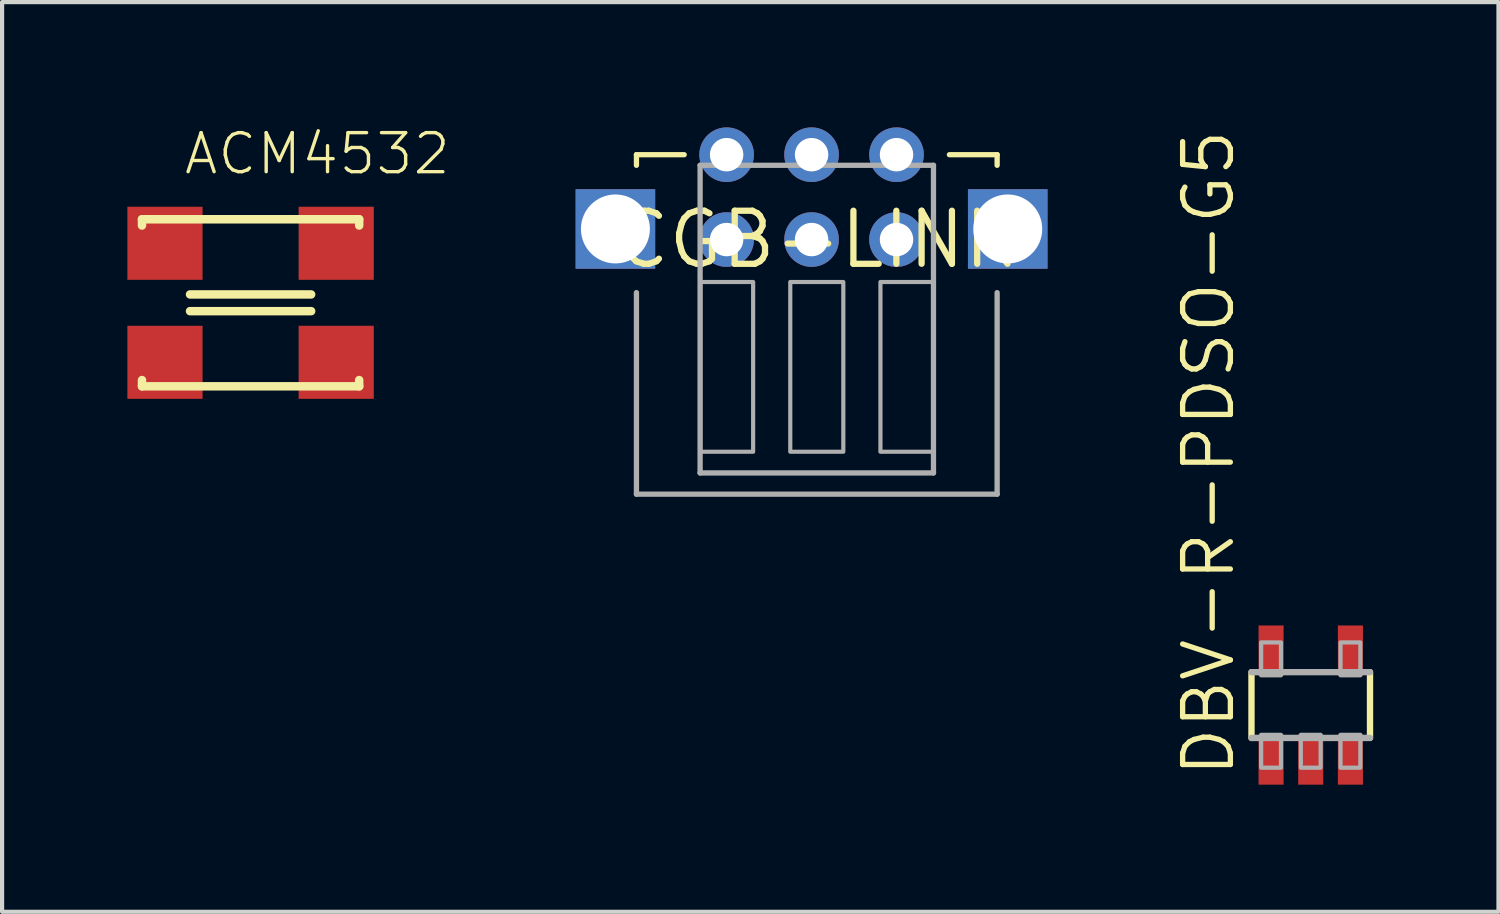
<source format=kicad_pcb>
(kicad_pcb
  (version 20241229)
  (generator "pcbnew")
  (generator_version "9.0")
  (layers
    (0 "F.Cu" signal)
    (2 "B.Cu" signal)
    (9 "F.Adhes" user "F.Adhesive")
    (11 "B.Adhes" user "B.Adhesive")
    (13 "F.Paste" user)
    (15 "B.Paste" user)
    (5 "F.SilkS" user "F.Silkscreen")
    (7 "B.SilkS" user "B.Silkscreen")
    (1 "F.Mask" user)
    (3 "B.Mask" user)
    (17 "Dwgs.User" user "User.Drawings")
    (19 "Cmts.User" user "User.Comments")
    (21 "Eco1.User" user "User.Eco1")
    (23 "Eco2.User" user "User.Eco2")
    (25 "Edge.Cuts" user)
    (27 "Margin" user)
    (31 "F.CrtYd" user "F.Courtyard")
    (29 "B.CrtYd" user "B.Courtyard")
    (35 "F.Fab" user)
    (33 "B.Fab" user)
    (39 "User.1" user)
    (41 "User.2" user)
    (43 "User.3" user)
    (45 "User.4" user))
  (footprint "CGB-LINK"
    (layer "F.Cu")
    (at 16.507 2.686)
    (property "Reference" "CGB-LINK" (at 0 0 0) (unlocked yes) (layer "F.SilkS") (effects (font (size 1.27 1.27) (thickness 0.15))))
    (fp_line (start -4.318 -1.778) (end -4.318 -2.032) (stroke (width 0.127) (type solid)) (layer "F.SilkS"))
    (fp_line (start -3.175 -2.032) (end -4.318 -2.032) (stroke (width 0.127) (type solid)) (layer "F.SilkS"))
    (fp_line (start 4.318 -2.032) (end 3.175 -2.032) (stroke (width 0.127) (type solid)) (layer "F.SilkS"))
    (fp_line (start 4.318 -1.778) (end 4.318 -2.032) (stroke (width 0.127) (type solid)) (layer "F.SilkS"))
    (fp_line (start -4.318 6.096) (end -4.318 1.27) (stroke (width 0.127) (type solid)) (layer "F.Fab"))
    (fp_line (start -4.318 6.096) (end 4.318 6.096) (stroke (width 0.127) (type solid)) (layer "F.Fab"))
    (fp_line (start -2.794 -1.778) (end -2.794 5.588) (stroke (width 0.127) (type solid)) (layer "F.Fab"))
    (fp_line (start -2.794 -1.778) (end 2.794 -1.778) (stroke (width 0.127) (type solid)) (layer "F.Fab"))
    (fp_line (start -2.794 5.588) (end 2.794 5.588) (stroke (width 0.127) (type solid)) (layer "F.Fab"))
    (fp_line (start 2.794 5.588) (end 2.794 -1.778) (stroke (width 0.127) (type solid)) (layer "F.Fab"))
    (fp_line (start 4.318 6.096) (end 4.318 1.27) (stroke (width 0.127) (type solid)) (layer "F.Fab"))
    (fp_poly (pts (xy -2.794 5.08) (xy -1.524 5.08) (xy -1.524 1.016) (xy -2.794 1.016)) (stroke (width 0.1) (type default)) (fill no) (layer "F.Fab"))
    (fp_poly (pts (xy -0.635 5.08) (xy 0.635 5.08) (xy 0.635 1.016) (xy -0.635 1.016)) (stroke (width 0.1) (type default)) (fill no) (layer "F.Fab"))
    (fp_poly (pts (xy 1.524 5.08) (xy 2.794 5.08) (xy 2.794 1.016) (xy 1.524 1.016)) (stroke (width 0.1) (type default)) (fill no) (layer "F.Fab"))
    (pad "+5V" thru_hole circle (at 1.909 -2.032 270) (size 1.308 1.308) (drill 0.8) (layers "*.Cu" "*.Mask"))
    (pad "CLK" thru_hole circle (at -2.159 -2.032 270) (size 1.308 1.308) (drill 0.8) (layers "*.Cu" "*.Mask"))
    (pad "GND" thru_hole circle (at -2.159 0 270) (size 1.308 1.308) (drill 0.8) (layers "*.Cu" "*.Mask"))
    (pad "IN" thru_hole circle (at -0.125 -2.032 270) (size 1.308 1.308) (drill 0.8) (layers "*.Cu" "*.Mask"))
    (pad "OUT" thru_hole circle (at 1.909 0 270) (size 1.308 1.308) (drill 0.8) (layers "*.Cu" "*.Mask"))
    (pad "P$7" thru_hole rect (at -4.822 -0.254 90) (size 1.905 1.905) (drill 1.651) (layers "*.Cu" "*.Mask"))
    (pad "P$10" thru_hole rect (at 4.572 -0.254 90) (size 1.905 1.905) (drill 1.651) (layers "*.Cu" "*.Mask"))
    (pad "SD" thru_hole circle (at -0.125 0 270) (size 1.308 1.308) (drill 0.8) (layers "*.Cu" "*.Mask")))
  (footprint "ACM4532"
    (layer "F.Cu")
    (at 2.95 4.2)
    (property "Reference" "ACM4532" (at -1.639 -3.021 0) (unlocked yes) (layer "F.SilkS") (effects (font (size 0.935 0.935) (thickness 0.081)) (justify left bottom)))
    (fp_line (start -2.6 -2) (end 2.6 -2) (stroke (width 0.203) (type solid)) (layer "F.SilkS"))
    (fp_line (start -2.6 -1.85) (end -2.6 -2) (stroke (width 0.203) (type solid)) (layer "F.SilkS"))
    (fp_line (start -2.6 2) (end -2.6 1.85) (stroke (width 0.203) (type solid)) (layer "F.SilkS"))
    (fp_line (start -1.45 -0.2) (end 1.45 -0.2) (stroke (width 0.203) (type solid)) (layer "F.SilkS"))
    (fp_line (start 1.45 0.2) (end -1.45 0.2) (stroke (width 0.203) (type solid)) (layer "F.SilkS"))
    (fp_line (start 2.6 -2) (end 2.6 -1.85) (stroke (width 0.203) (type solid)) (layer "F.SilkS"))
    (fp_line (start 2.6 1.85) (end 2.6 2) (stroke (width 0.203) (type solid)) (layer "F.SilkS"))
    (fp_line (start 2.6 2) (end -2.6 2) (stroke (width 0.203) (type solid)) (layer "F.SilkS"))
    (pad "1" smd rect (at -2.05 -1.425) (size 1.8 1.75) (layers "F.Cu" "F.Mask" "F.Paste"))
    (pad "2" smd rect (at -2.05 1.425) (size 1.8 1.75) (layers "F.Cu" "F.Mask" "F.Paste"))
    (pad "3" smd rect (at 2.05 1.425) (size 1.8 1.75) (layers "F.Cu" "F.Mask" "F.Paste"))
    (pad "4" smd rect (at 2.05 -1.425) (size 1.8 1.75) (layers "F.Cu" "F.Mask" "F.Paste")))
  (footprint "DBV-R-PDSO-G5"
    (layer "F.Cu")
    (at 28.334 13.832)
    (property "Reference" "DBV-R-PDSO-G5" (at -1.778 1.778 90) (unlocked yes) (layer "F.SilkS") (effects (font (size 1.143 1.143) (thickness 0.127)) (justify left bottom)))
    (fp_poly (pts (xy -1.3 -0.675) (xy -0.6 -0.675) (xy -0.6 -1.95) (xy -1.3 -1.95)) (stroke (width 0) (type default)) (fill yes) (layer "F.Mask"))
    (fp_poly (pts (xy -0.6 0.675) (xy -1.3 0.675) (xy -1.3 1.95) (xy -0.6 1.95)) (stroke (width 0) (type default)) (fill yes) (layer "F.Mask"))
    (fp_poly (pts (xy 0.35 0.675) (xy -0.35 0.675) (xy -0.35 1.95) (xy 0.35 1.95)) (stroke (width 0) (type default)) (fill yes) (layer "F.Mask"))
    (fp_poly (pts (xy 0.6 -0.675) (xy 1.3 -0.675) (xy 1.3 -1.95) (xy 0.6 -1.95)) (stroke (width 0) (type default)) (fill yes) (layer "F.Mask"))
    (fp_poly (pts (xy 1.3 0.675) (xy 0.6 0.675) (xy 0.6 1.95) (xy 1.3 1.95)) (stroke (width 0) (type default)) (fill yes) (layer "F.Mask"))
    (fp_line (start -1.419 0.787) (end -1.419 -0.788) (stroke (width 0.152) (type solid)) (layer "F.SilkS"))
    (fp_line (start 1.419 -0.788) (end 1.419 0.787) (stroke (width 0.152) (type solid)) (layer "F.SilkS"))
    (fp_line (start -1.419 -0.788) (end 1.419 -0.788) (stroke (width 0.152) (type solid)) (layer "F.Fab"))
    (fp_line (start 1.419 0.787) (end -1.419 0.787) (stroke (width 0.152) (type solid)) (layer "F.Fab"))
    (fp_poly (pts (xy -1.188 -0.713) (xy -0.713 -0.713) (xy -0.713 -1.5) (xy -1.188 -1.5)) (stroke (width 0.1) (type default)) (fill no) (layer "F.Fab"))
    (fp_poly (pts (xy -1.188 1.5) (xy -0.713 1.5) (xy -0.713 0.712) (xy -1.188 0.712)) (stroke (width 0.1) (type default)) (fill no) (layer "F.Fab"))
    (fp_poly (pts (xy -0.237 1.5) (xy 0.237 1.5) (xy 0.237 0.712) (xy -0.237 0.712)) (stroke (width 0.1) (type default)) (fill no) (layer "F.Fab"))
    (fp_poly (pts (xy 0.713 -0.713) (xy 1.188 -0.713) (xy 1.188 -1.5) (xy 0.713 -1.5)) (stroke (width 0.1) (type default)) (fill no) (layer "F.Fab"))
    (fp_poly (pts (xy 0.713 1.5) (xy 1.188 1.5) (xy 1.188 0.712) (xy 0.713 0.712)) (stroke (width 0.1) (type default)) (fill no) (layer "F.Fab"))
    (pad "1" smd rect (at -0.95 1.306) (size 0.6 1.2) (layers "F.Cu" "F.Paste"))
    (pad "2" smd rect (at 0 1.306) (size 0.6 1.2) (layers "F.Cu" "F.Paste"))
    (pad "3" smd rect (at 0.95 1.306) (size 0.6 1.2) (layers "F.Cu" "F.Paste"))
    (pad "4" smd rect (at 0.95 -1.306) (size 0.6 1.2) (layers "F.Cu" "F.Paste"))
    (pad "5" smd rect (at -0.95 -1.306) (size 0.6 1.2) (layers "F.Cu" "F.Paste")))
  (gr_rect
    (start -3 -3)
    (end 32.829 18.782)
    (stroke (width 0.1) (type default))
    (fill no)
    (layer "Edge.Cuts")))
</source>
